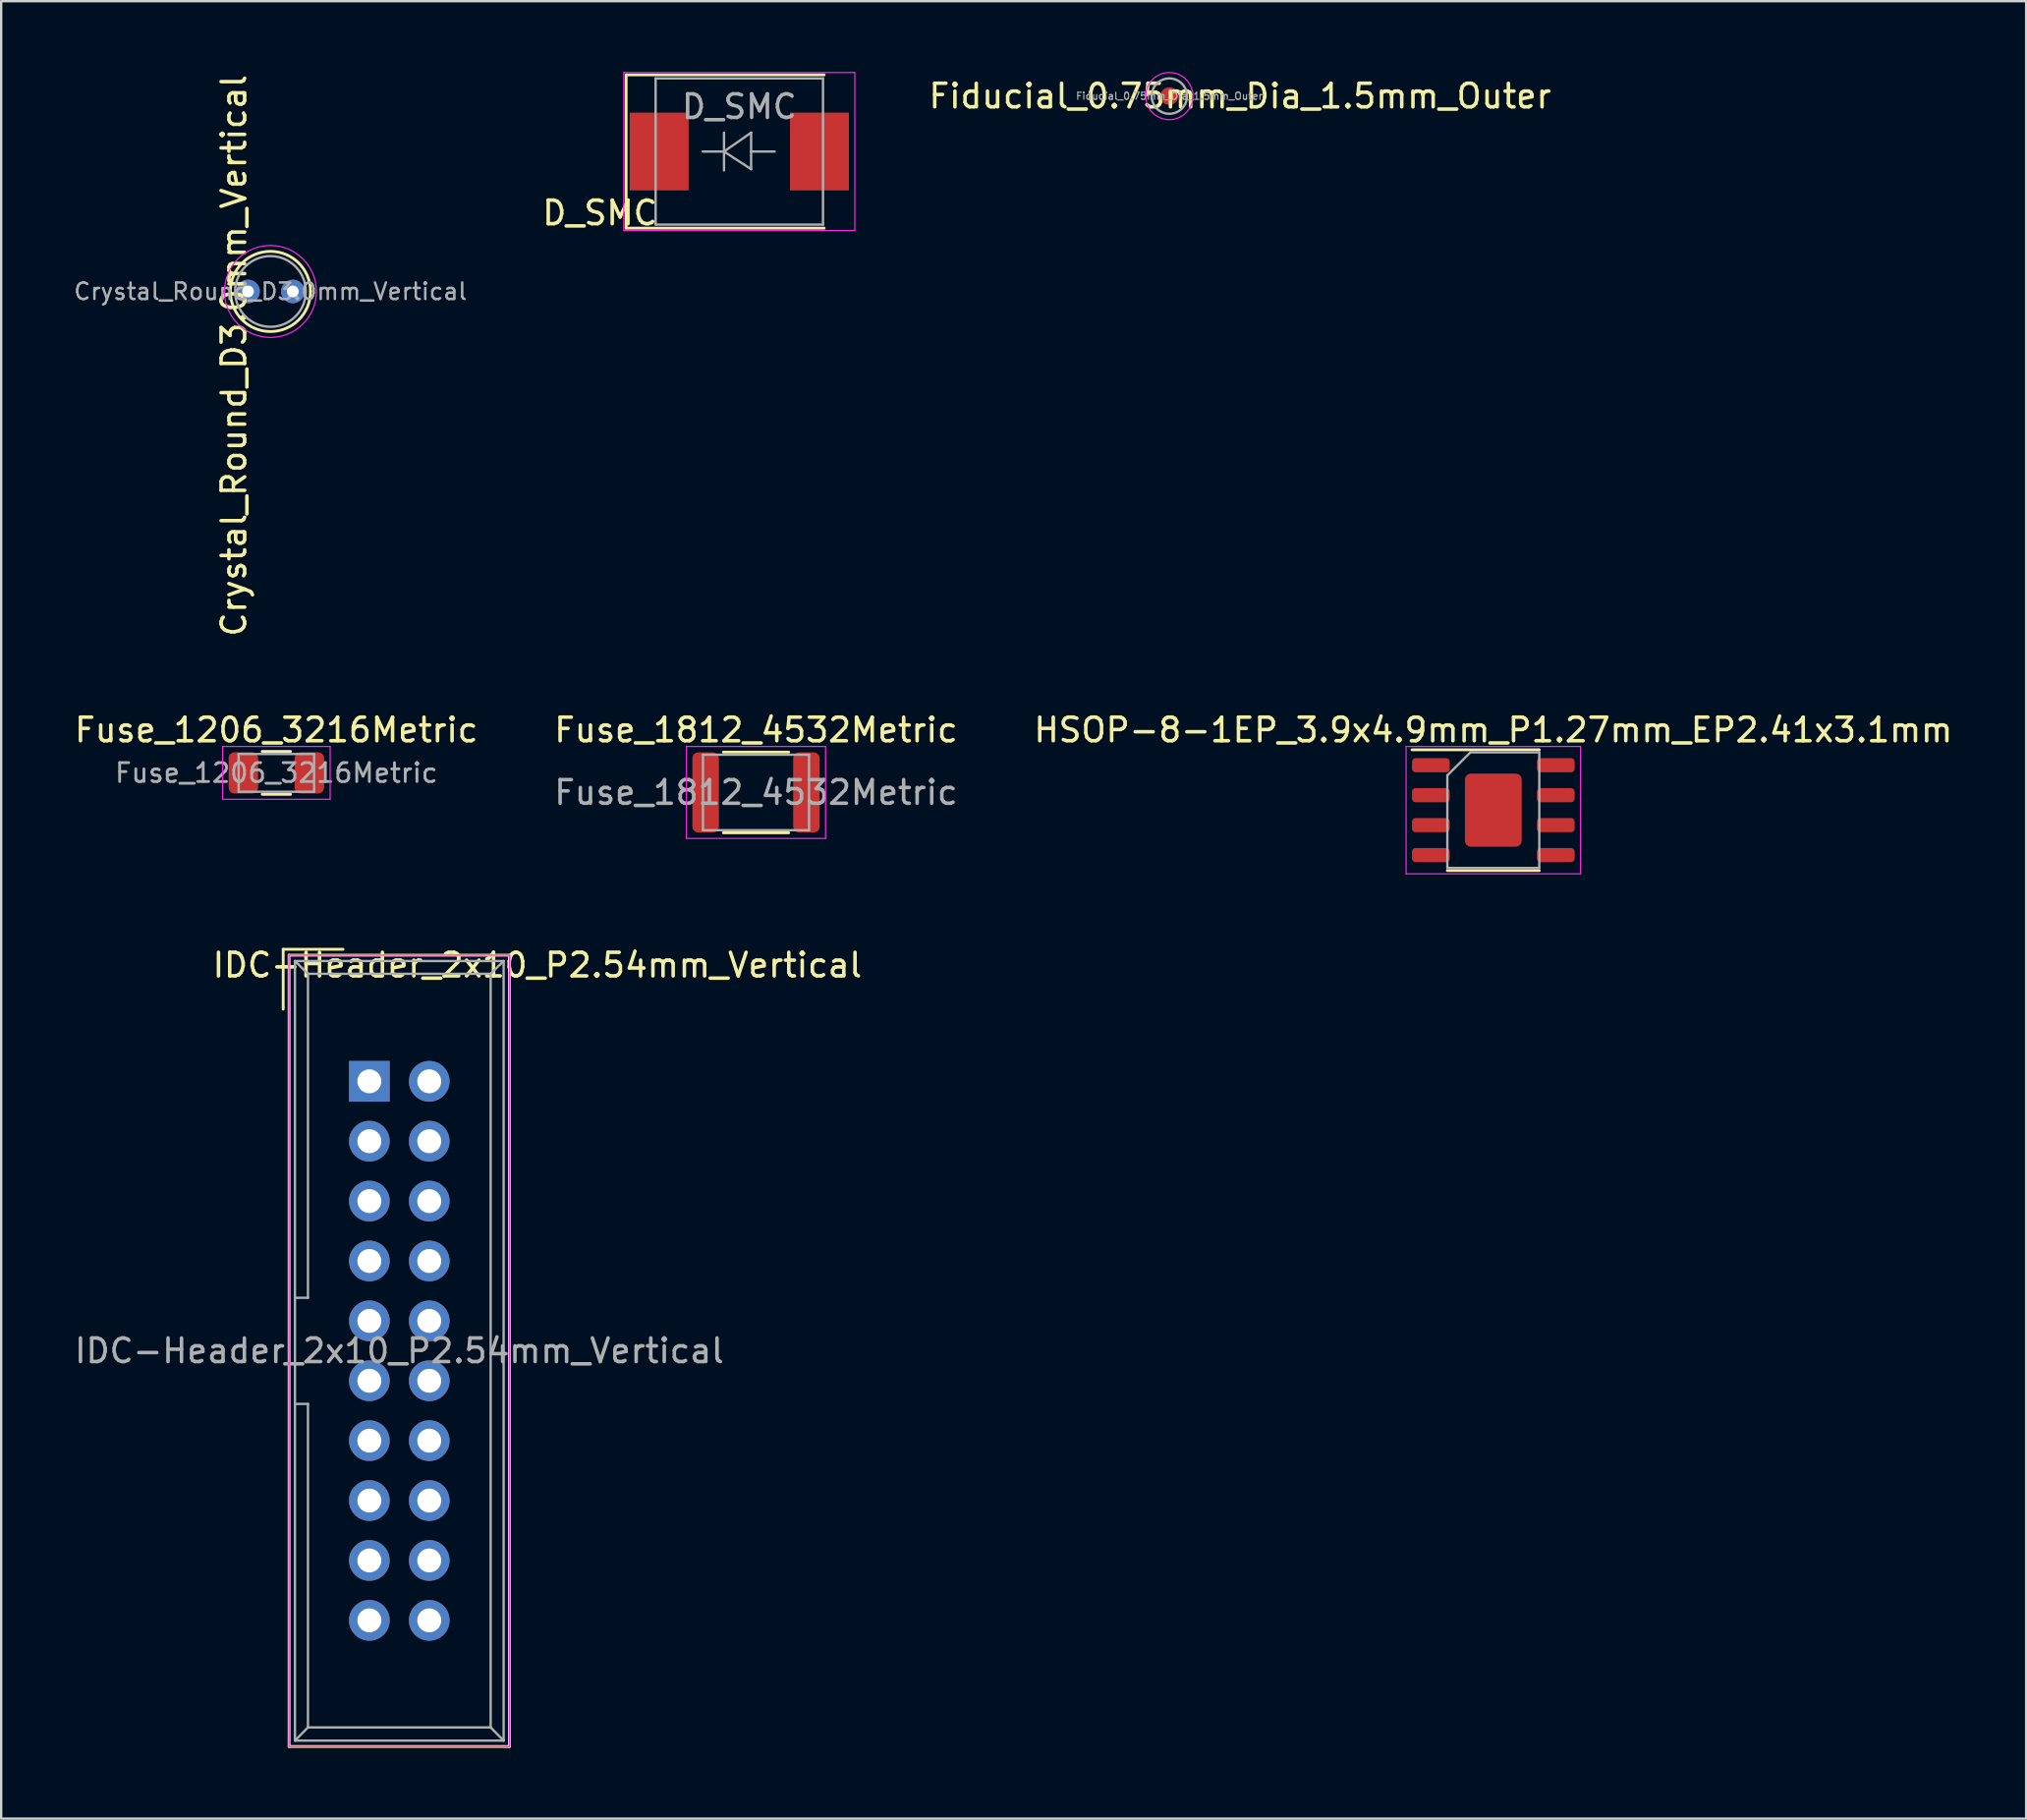
<source format=kicad_pcb>
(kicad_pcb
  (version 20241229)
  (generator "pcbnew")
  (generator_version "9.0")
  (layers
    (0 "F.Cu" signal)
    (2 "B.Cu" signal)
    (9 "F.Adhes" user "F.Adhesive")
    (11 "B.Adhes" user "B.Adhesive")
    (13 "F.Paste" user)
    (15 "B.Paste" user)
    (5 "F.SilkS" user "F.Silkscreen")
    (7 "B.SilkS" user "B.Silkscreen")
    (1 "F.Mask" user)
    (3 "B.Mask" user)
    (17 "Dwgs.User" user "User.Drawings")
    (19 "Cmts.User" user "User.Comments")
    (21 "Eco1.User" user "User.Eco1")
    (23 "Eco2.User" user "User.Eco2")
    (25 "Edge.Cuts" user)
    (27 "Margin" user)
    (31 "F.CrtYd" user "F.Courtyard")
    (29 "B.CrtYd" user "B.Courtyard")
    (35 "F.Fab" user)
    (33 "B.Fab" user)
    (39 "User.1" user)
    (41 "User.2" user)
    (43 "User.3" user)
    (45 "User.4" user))
  (footprint "Fuse_1812_4532Metric"
    (layer "F.Cu")
    (at 29.018 30.558)
    (property "Reference" "Fuse_1812_4532Metric" (at 0 -2.65 180) (layer "F.SilkS") (effects (font (size 1 1) (thickness 0.15))))
    (attr smd)
    (fp_line (start -1.386 -1.71) (end 1.386 -1.71) (stroke (width 0.12) (type solid)) (layer "F.SilkS"))
    (fp_line (start -1.386 1.71) (end 1.386 1.71) (stroke (width 0.12) (type solid)) (layer "F.SilkS"))
    (fp_line (start -2.95 -1.95) (end 2.95 -1.95) (stroke (width 0.05) (type solid)) (layer "F.CrtYd"))
    (fp_line (start -2.95 1.95) (end -2.95 -1.95) (stroke (width 0.05) (type solid)) (layer "F.CrtYd"))
    (fp_line (start 2.95 -1.95) (end 2.95 1.95) (stroke (width 0.05) (type solid)) (layer "F.CrtYd"))
    (fp_line (start 2.95 1.95) (end -2.95 1.95) (stroke (width 0.05) (type solid)) (layer "F.CrtYd"))
    (fp_line (start -2.25 -1.6) (end 2.25 -1.6) (stroke (width 0.1) (type solid)) (layer "F.Fab"))
    (fp_line (start -2.25 1.6) (end -2.25 -1.6) (stroke (width 0.1) (type solid)) (layer "F.Fab"))
    (fp_line (start 2.25 -1.6) (end 2.25 1.6) (stroke (width 0.1) (type solid)) (layer "F.Fab"))
    (fp_line (start 2.25 1.6) (end -2.25 1.6) (stroke (width 0.1) (type solid)) (layer "F.Fab"))
    (fp_text user "${REFERENCE}" (at 0 0 180) (layer "F.Fab") (effects (font (size 1 1) (thickness 0.15))))
    (pad "1" smd roundrect (at -2.138 0) (size 1.125 3.4) (layers "F.Cu" "F.Mask" "F.Paste") (roundrect_rratio 0.222))
    (pad "2" smd roundrect (at 2.138 0) (size 1.125 3.4) (layers "F.Cu" "F.Mask" "F.Paste") (roundrect_rratio 0.222)))
  (footprint "HSOP-8-1EP_3.9x4.9mm_P1.27mm_EP2.41x3.1mm"
    (layer "F.Cu")
    (at 60.292 31.308)
    (property "Reference" "HSOP-8-1EP_3.9x4.9mm_P1.27mm_EP2.41x3.1mm" (at 0 -3.4 180) (layer "F.SilkS") (effects (font (size 1 1) (thickness 0.15))))
    (attr smd)
    (fp_line (start -3.45 -2.56) (end 1.95 -2.56) (stroke (width 0.12) (type solid)) (layer "F.SilkS"))
    (fp_line (start -1.95 2.56) (end 1.95 2.56) (stroke (width 0.12) (type solid)) (layer "F.SilkS"))
    (fp_line (start -3.7 -2.7) (end -3.7 2.7) (stroke (width 0.05) (type solid)) (layer "F.CrtYd"))
    (fp_line (start -3.7 2.7) (end 3.7 2.7) (stroke (width 0.05) (type solid)) (layer "F.CrtYd"))
    (fp_line (start 3.7 -2.7) (end -3.7 -2.7) (stroke (width 0.05) (type solid)) (layer "F.CrtYd"))
    (fp_line (start 3.7 2.7) (end 3.7 -2.7) (stroke (width 0.05) (type solid)) (layer "F.CrtYd"))
    (fp_line (start -1.95 -1.475) (end -0.975 -2.45) (stroke (width 0.1) (type solid)) (layer "F.Fab"))
    (fp_line (start -1.95 2.45) (end -1.95 -1.475) (stroke (width 0.1) (type solid)) (layer "F.Fab"))
    (fp_line (start -0.975 -2.45) (end 1.95 -2.45) (stroke (width 0.1) (type solid)) (layer "F.Fab"))
    (fp_line (start 1.95 -2.45) (end 1.95 2.45) (stroke (width 0.1) (type solid)) (layer "F.Fab"))
    (fp_line (start 1.95 2.45) (end -1.95 2.45) (stroke (width 0.1) (type solid)) (layer "F.Fab"))
    (pad "" smd roundrect (at -0.6 -0.775) (size 0.97 1.25) (layers "F.Paste") (roundrect_rratio 0.25))
    (pad "" smd roundrect (at -0.6 0.775) (size 0.97 1.25) (layers "F.Paste") (roundrect_rratio 0.25))
    (pad "" smd roundrect (at 0.6 -0.775) (size 0.97 1.25) (layers "F.Paste") (roundrect_rratio 0.25))
    (pad "" smd roundrect (at 0.6 0.775) (size 0.97 1.25) (layers "F.Paste") (roundrect_rratio 0.25))
    (pad "1" smd roundrect (at -2.65 -1.905) (size 1.6 0.6) (layers "F.Cu" "F.Mask" "F.Paste") (roundrect_rratio 0.25))
    (pad "2" smd roundrect (at -2.65 -0.635) (size 1.6 0.6) (layers "F.Cu" "F.Mask" "F.Paste") (roundrect_rratio 0.25))
    (pad "3" smd roundrect (at -2.65 0.635) (size 1.6 0.6) (layers "F.Cu" "F.Mask" "F.Paste") (roundrect_rratio 0.25))
    (pad "4" smd roundrect (at -2.65 1.905) (size 1.6 0.6) (layers "F.Cu" "F.Mask" "F.Paste") (roundrect_rratio 0.25))
    (pad "5" smd roundrect (at 2.65 1.905) (size 1.6 0.6) (layers "F.Cu" "F.Mask" "F.Paste") (roundrect_rratio 0.25))
    (pad "6" smd roundrect (at 2.65 0.635) (size 1.6 0.6) (layers "F.Cu" "F.Mask" "F.Paste") (roundrect_rratio 0.25))
    (pad "7" smd roundrect (at 2.65 -0.635) (size 1.6 0.6) (layers "F.Cu" "F.Mask" "F.Paste") (roundrect_rratio 0.25))
    (pad "8" smd roundrect (at 2.65 -1.905) (size 1.6 0.6) (layers "F.Cu" "F.Mask" "F.Paste") (roundrect_rratio 0.25))
    (pad "9" smd roundrect (at 0 0) (size 2.41 3.1) (layers "F.Cu" "F.Mask") (roundrect_rratio 0.104)))
  (footprint "IDC-Header_2x10_P2.54mm_Vertical"
    (layer "F.Cu")
    (at 12.617 42.808)
    (property "Reference" "IDC-Header_2x10_P2.54mm_Vertical" (at 7.124 -4.927 0) (layer "F.SilkS") (effects (font (size 1 1) (thickness 0.15))))
    (attr through_hole)
    (fp_line (start -3.655 -5.6) (end -3.655 -3.06) (stroke (width 0.12) (type solid)) (layer "F.SilkS"))
    (fp_line (start -3.655 -5.6) (end -1.115 -5.6) (stroke (width 0.12) (type solid)) (layer "F.SilkS"))
    (fp_line (start -3.405 -5.35) (end 5.945 -5.35) (stroke (width 0.12) (type solid)) (layer "F.SilkS"))
    (fp_line (start -3.405 28.21) (end -3.405 -5.35) (stroke (width 0.12) (type solid)) (layer "F.SilkS"))
    (fp_line (start 5.945 -5.35) (end 5.945 28.21) (stroke (width 0.12) (type solid)) (layer "F.SilkS"))
    (fp_line (start 5.945 28.21) (end -3.405 28.21) (stroke (width 0.12) (type solid)) (layer "F.SilkS"))
    (fp_line (start -3.41 -5.35) (end 5.95 -5.35) (stroke (width 0.05) (type solid)) (layer "F.CrtYd"))
    (fp_line (start -3.41 28.21) (end -3.41 -5.35) (stroke (width 0.05) (type solid)) (layer "F.CrtYd"))
    (fp_line (start 5.95 -5.35) (end 5.95 28.21) (stroke (width 0.05) (type solid)) (layer "F.CrtYd"))
    (fp_line (start 5.95 28.21) (end -3.41 28.21) (stroke (width 0.05) (type solid)) (layer "F.CrtYd"))
    (fp_line (start -3.155 -5.1) (end -3.155 27.96) (stroke (width 0.1) (type solid)) (layer "F.Fab"))
    (fp_line (start -3.155 -5.1) (end -2.605 -4.56) (stroke (width 0.1) (type solid)) (layer "F.Fab"))
    (fp_line (start -3.155 27.96) (end -2.605 27.4) (stroke (width 0.1) (type solid)) (layer "F.Fab"))
    (fp_line (start -2.605 -4.56) (end -2.605 9.18) (stroke (width 0.1) (type solid)) (layer "F.Fab"))
    (fp_line (start -2.605 9.18) (end -3.155 9.18) (stroke (width 0.1) (type solid)) (layer "F.Fab"))
    (fp_line (start -2.605 13.68) (end -3.155 13.68) (stroke (width 0.1) (type solid)) (layer "F.Fab"))
    (fp_line (start -2.605 13.68) (end -2.605 27.4) (stroke (width 0.1) (type solid)) (layer "F.Fab"))
    (fp_line (start 5.145 -4.56) (end -2.605 -4.56) (stroke (width 0.1) (type solid)) (layer "F.Fab"))
    (fp_line (start 5.145 -4.56) (end 5.145 27.4) (stroke (width 0.1) (type solid)) (layer "F.Fab"))
    (fp_line (start 5.145 27.4) (end -2.605 27.4) (stroke (width 0.1) (type solid)) (layer "F.Fab"))
    (fp_line (start 5.695 -5.1) (end -3.155 -5.1) (stroke (width 0.1) (type solid)) (layer "F.Fab"))
    (fp_line (start 5.695 -5.1) (end 5.145 -4.56) (stroke (width 0.1) (type solid)) (layer "F.Fab"))
    (fp_line (start 5.695 -5.1) (end 5.695 27.96) (stroke (width 0.1) (type solid)) (layer "F.Fab"))
    (fp_line (start 5.695 27.96) (end -3.155 27.96) (stroke (width 0.1) (type solid)) (layer "F.Fab"))
    (fp_line (start 5.695 27.96) (end 5.145 27.4) (stroke (width 0.1) (type solid)) (layer "F.Fab"))
    (fp_text user "${REFERENCE}" (at 1.27 11.43 0) (layer "F.Fab") (effects (font (size 1 1) (thickness 0.15))))
    (pad "1" thru_hole rect (at 0 0) (size 1.727 1.727) (drill 1.016) (layers "*.Cu" "*.Mask"))
    (pad "2" thru_hole oval (at 2.54 0) (size 1.727 1.727) (drill 1.016) (layers "*.Cu" "*.Mask"))
    (pad "3" thru_hole oval (at 0 2.54) (size 1.727 1.727) (drill 1.016) (layers "*.Cu" "*.Mask"))
    (pad "4" thru_hole oval (at 2.54 2.54) (size 1.727 1.727) (drill 1.016) (layers "*.Cu" "*.Mask"))
    (pad "5" thru_hole oval (at 0 5.08) (size 1.727 1.727) (drill 1.016) (layers "*.Cu" "*.Mask"))
    (pad "6" thru_hole oval (at 2.54 5.08) (size 1.727 1.727) (drill 1.016) (layers "*.Cu" "*.Mask"))
    (pad "7" thru_hole oval (at 0 7.62) (size 1.727 1.727) (drill 1.016) (layers "*.Cu" "*.Mask"))
    (pad "8" thru_hole oval (at 2.54 7.62) (size 1.727 1.727) (drill 1.016) (layers "*.Cu" "*.Mask"))
    (pad "9" thru_hole oval (at 0 10.16) (size 1.727 1.727) (drill 1.016) (layers "*.Cu" "*.Mask"))
    (pad "10" thru_hole oval (at 2.54 10.16) (size 1.727 1.727) (drill 1.016) (layers "*.Cu" "*.Mask"))
    (pad "11" thru_hole oval (at 0 12.7) (size 1.727 1.727) (drill 1.016) (layers "*.Cu" "*.Mask"))
    (pad "12" thru_hole oval (at 2.54 12.7) (size 1.727 1.727) (drill 1.016) (layers "*.Cu" "*.Mask"))
    (pad "13" thru_hole oval (at 0 15.24) (size 1.727 1.727) (drill 1.016) (layers "*.Cu" "*.Mask"))
    (pad "14" thru_hole oval (at 2.54 15.24) (size 1.727 1.727) (drill 1.016) (layers "*.Cu" "*.Mask"))
    (pad "15" thru_hole oval (at 0 17.78) (size 1.727 1.727) (drill 1.016) (layers "*.Cu" "*.Mask"))
    (pad "16" thru_hole oval (at 2.54 17.78) (size 1.727 1.727) (drill 1.016) (layers "*.Cu" "*.Mask"))
    (pad "17" thru_hole oval (at 0 20.32) (size 1.727 1.727) (drill 1.016) (layers "*.Cu" "*.Mask"))
    (pad "18" thru_hole oval (at 2.54 20.32) (size 1.727 1.727) (drill 1.016) (layers "*.Cu" "*.Mask"))
    (pad "19" thru_hole oval (at 0 22.86) (size 1.727 1.727) (drill 1.016) (layers "*.Cu" "*.Mask"))
    (pad "20" thru_hole oval (at 2.54 22.86) (size 1.727 1.727) (drill 1.016) (layers "*.Cu" "*.Mask")))
  (footprint "Fiducial_0.75mm_Dia_1.5mm_Outer"
    (layer "F.Cu")
    (at 46.55 1.025)
    (property "Reference" "Fiducial_0.75mm_Dia_1.5mm_Outer" (at 3 0 0) (layer "F.SilkS") (effects (font (size 1 1) (thickness 0.15))))
    (attr exclude_from_pos_files exclude_from_bom)
    (fp_circle (center 0 0) (end 1 0) (stroke (width 0.05) (type solid)) (fill no) (layer "F.CrtYd"))
    (fp_circle (center 0 0) (end 0.75 0) (stroke (width 0.1) (type solid)) (fill no) (layer "F.Fab"))
    (fp_text user "${REFERENCE}" (at 0 0 0) (layer "F.Fab") (effects (font (size 0.3 0.3) (thickness 0.05))))
    (pad "~" smd circle (at 0 0) (size 0.75 0.75) (layers "F.Cu" "F.Mask")))
  (footprint "D_SMC"
    (layer "F.Cu")
    (at 28.309 3.375)
    (property "Reference" "D_SMC" (at -5.914 2.606 180) (layer "F.SilkS") (effects (font (size 1 1) (thickness 0.15))))
    (attr smd)
    (fp_line (start -4.8 -3.25) (end 3.6 -3.25) (stroke (width 0.12) (type solid)) (layer "F.SilkS"))
    (fp_line (start -4.8 3.25) (end -4.8 -3.25) (stroke (width 0.12) (type solid)) (layer "F.SilkS"))
    (fp_line (start -4.8 3.25) (end 3.6 3.25) (stroke (width 0.12) (type solid)) (layer "F.SilkS"))
    (fp_line (start -4.9 -3.35) (end 4.9 -3.35) (stroke (width 0.05) (type solid)) (layer "F.CrtYd"))
    (fp_line (start -4.9 3.35) (end -4.9 -3.35) (stroke (width 0.05) (type solid)) (layer "F.CrtYd"))
    (fp_line (start 4.9 -3.35) (end 4.9 3.35) (stroke (width 0.05) (type solid)) (layer "F.CrtYd"))
    (fp_line (start 4.9 3.35) (end -4.9 3.35) (stroke (width 0.05) (type solid)) (layer "F.CrtYd"))
    (fp_line (start -3.55 3.1) (end -3.55 -3.1) (stroke (width 0.1) (type solid)) (layer "F.Fab"))
    (fp_line (start -0.649 -0.799) (end -0.649 0.801) (stroke (width 0.1) (type solid)) (layer "F.Fab"))
    (fp_line (start -0.649 0.001) (end -1.551 0.001) (stroke (width 0.1) (type solid)) (layer "F.Fab"))
    (fp_line (start -0.649 0.001) (end 0.501 -0.799) (stroke (width 0.1) (type solid)) (layer "F.Fab"))
    (fp_line (start -0.649 0.001) (end 0.501 0.75) (stroke (width 0.1) (type solid)) (layer "F.Fab"))
    (fp_line (start 0.501 0.001) (end 1.499 0.001) (stroke (width 0.1) (type solid)) (layer "F.Fab"))
    (fp_line (start 0.501 0.75) (end 0.501 -0.799) (stroke (width 0.1) (type solid)) (layer "F.Fab"))
    (fp_line (start 3.55 -3.1) (end -3.55 -3.1) (stroke (width 0.1) (type solid)) (layer "F.Fab"))
    (fp_line (start 3.55 -3.1) (end 3.55 3.1) (stroke (width 0.1) (type solid)) (layer "F.Fab"))
    (fp_line (start 3.55 3.1) (end -3.55 3.1) (stroke (width 0.1) (type solid)) (layer "F.Fab"))
    (fp_text user "${REFERENCE}" (at 0 -1.9 180) (layer "F.Fab") (effects (font (size 1 1) (thickness 0.15))))
    (pad "1" smd rect (at -3.4 0 90) (size 3.3 2.5) (layers "F.Cu" "F.Mask" "F.Paste"))
    (pad "2" smd rect (at 3.4 0 90) (size 3.3 2.5) (layers "F.Cu" "F.Mask" "F.Paste")))
  (footprint "Fuse_1206_3216Metric"
    (layer "F.Cu")
    (at 8.673 29.728)
    (property "Reference" "Fuse_1206_3216Metric" (at 0 -1.82 180) (layer "F.SilkS") (effects (font (size 1 1) (thickness 0.15))))
    (attr smd)
    (fp_line (start -0.602 -0.91) (end 0.602 -0.91) (stroke (width 0.12) (type solid)) (layer "F.SilkS"))
    (fp_line (start -0.602 0.91) (end 0.602 0.91) (stroke (width 0.12) (type solid)) (layer "F.SilkS"))
    (fp_line (start -2.28 -1.12) (end 2.28 -1.12) (stroke (width 0.05) (type solid)) (layer "F.CrtYd"))
    (fp_line (start -2.28 1.12) (end -2.28 -1.12) (stroke (width 0.05) (type solid)) (layer "F.CrtYd"))
    (fp_line (start 2.28 -1.12) (end 2.28 1.12) (stroke (width 0.05) (type solid)) (layer "F.CrtYd"))
    (fp_line (start 2.28 1.12) (end -2.28 1.12) (stroke (width 0.05) (type solid)) (layer "F.CrtYd"))
    (fp_line (start -1.6 -0.8) (end 1.6 -0.8) (stroke (width 0.1) (type solid)) (layer "F.Fab"))
    (fp_line (start -1.6 0.8) (end -1.6 -0.8) (stroke (width 0.1) (type solid)) (layer "F.Fab"))
    (fp_line (start 1.6 -0.8) (end 1.6 0.8) (stroke (width 0.1) (type solid)) (layer "F.Fab"))
    (fp_line (start 1.6 0.8) (end -1.6 0.8) (stroke (width 0.1) (type solid)) (layer "F.Fab"))
    (fp_text user "${REFERENCE}" (at 0 0 180) (layer "F.Fab") (effects (font (size 0.8 0.8) (thickness 0.12))))
    (pad "1" smd roundrect (at -1.4 0) (size 1.25 1.75) (layers "F.Cu" "F.Mask" "F.Paste") (roundrect_rratio 0.2))
    (pad "2" smd roundrect (at 1.4 0) (size 1.25 1.75) (layers "F.Cu" "F.Mask" "F.Paste") (roundrect_rratio 0.2)))
  (footprint "Crystal_Round_D3.0mm_Vertical"
    (layer "F.Cu")
    (at 7.471 9.31)
    (property "Reference" "Crystal_Round_D3.0mm_Vertical" (at -0.599 2.72 90) (layer "F.SilkS") (effects (font (size 1 1) (thickness 0.15))))
    (attr through_hole)
    (fp_arc (start -0.75 0) (mid 0.95 -1.7) (end 2.65 0) (stroke (width 0.12) (type solid)) (layer "F.SilkS"))
    (fp_arc (start 2.65 0) (mid 0.95 1.7) (end -0.75 0) (stroke (width 0.12) (type solid)) (layer "F.SilkS"))
    (fp_circle (center 0.95 0) (end 2.9 0) (stroke (width 0.05) (type solid)) (fill no) (layer "F.CrtYd"))
    (fp_circle (center 0.95 0) (end 2.45 0) (stroke (width 0.1) (type solid)) (fill no) (layer "F.Fab"))
    (fp_text user "${REFERENCE}" (at 0.95 0 180) (layer "F.Fab") (effects (font (size 0.7 0.7) (thickness 0.105))))
    (pad "1" thru_hole circle (at 0 0) (size 1 1) (drill 0.5) (layers "*.Cu" "*.Mask"))
    (pad "2" thru_hole circle (at 1.9 0) (size 1 1) (drill 0.5) (layers "*.Cu" "*.Mask")))
  (gr_rect
    (start -3 -3)
    (end 82.893 74.078)
    (stroke (width 0.1) (type default))
    (fill no)
    (layer "Edge.Cuts")))
</source>
